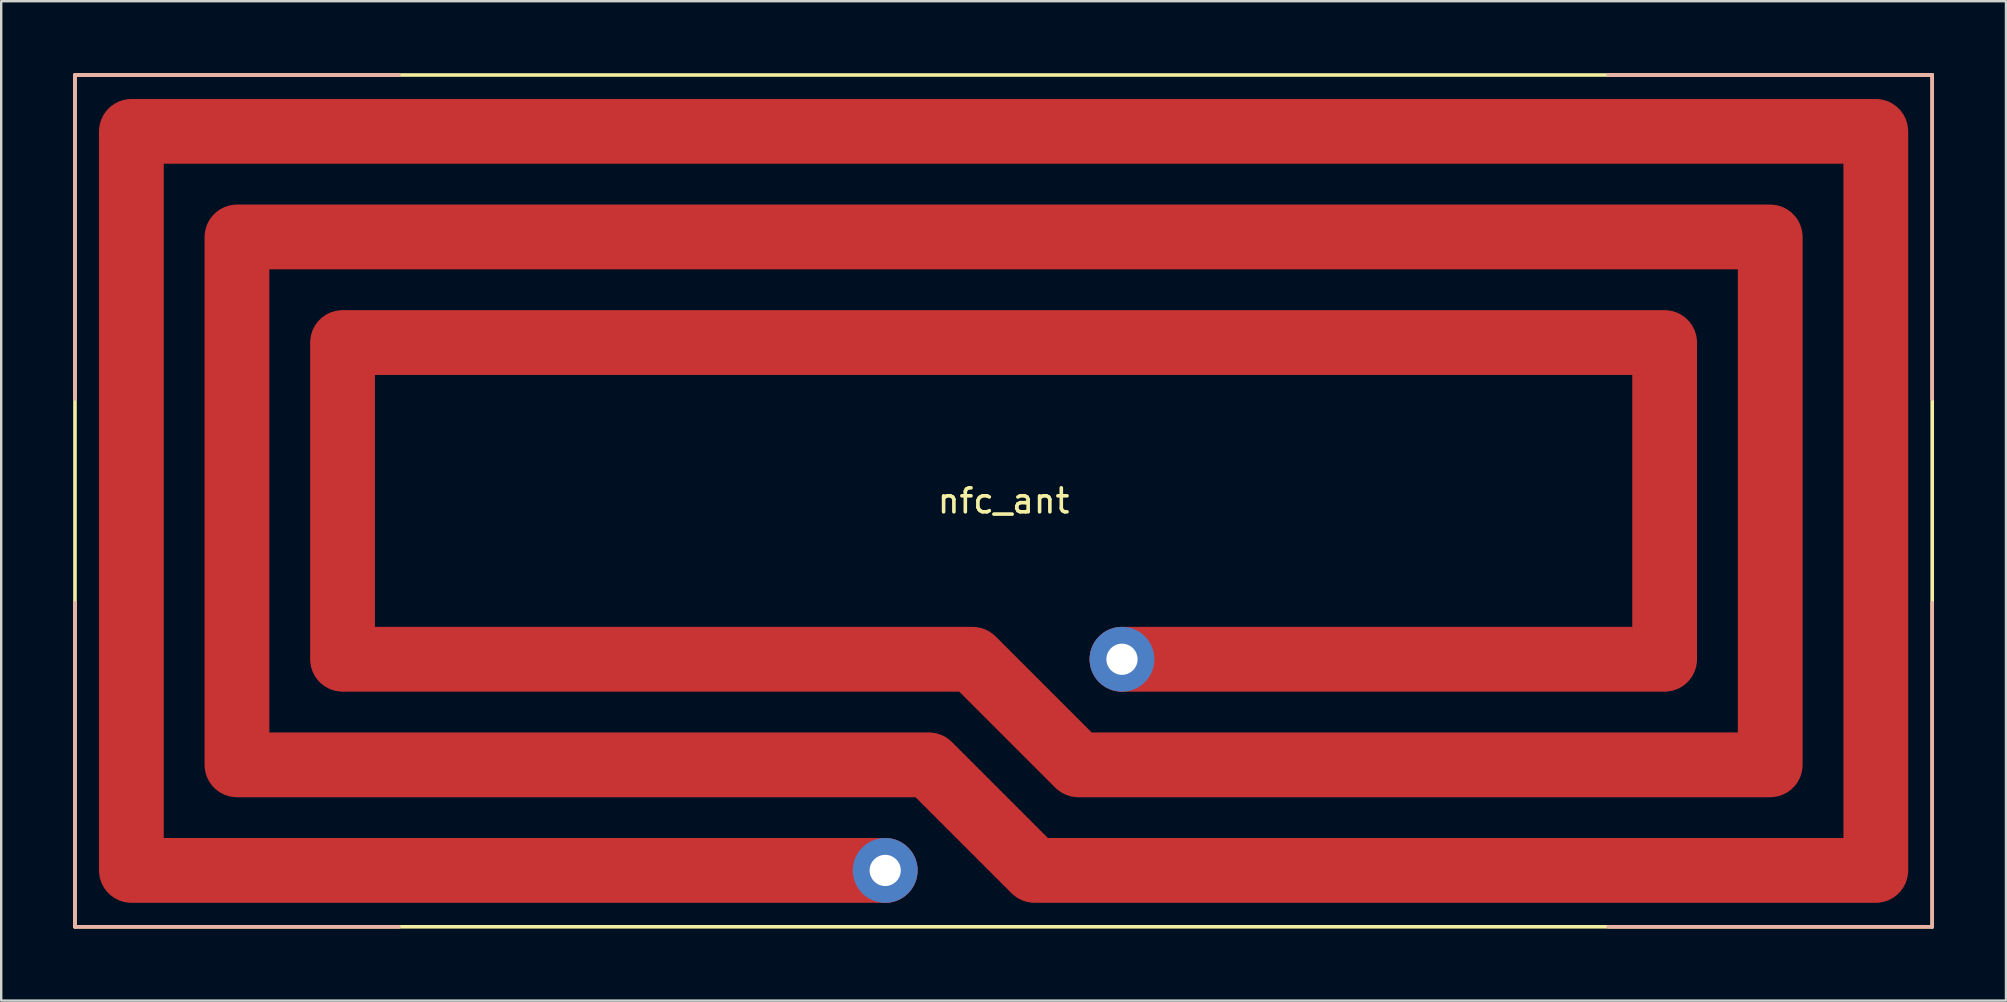
<source format=kicad_pcb>
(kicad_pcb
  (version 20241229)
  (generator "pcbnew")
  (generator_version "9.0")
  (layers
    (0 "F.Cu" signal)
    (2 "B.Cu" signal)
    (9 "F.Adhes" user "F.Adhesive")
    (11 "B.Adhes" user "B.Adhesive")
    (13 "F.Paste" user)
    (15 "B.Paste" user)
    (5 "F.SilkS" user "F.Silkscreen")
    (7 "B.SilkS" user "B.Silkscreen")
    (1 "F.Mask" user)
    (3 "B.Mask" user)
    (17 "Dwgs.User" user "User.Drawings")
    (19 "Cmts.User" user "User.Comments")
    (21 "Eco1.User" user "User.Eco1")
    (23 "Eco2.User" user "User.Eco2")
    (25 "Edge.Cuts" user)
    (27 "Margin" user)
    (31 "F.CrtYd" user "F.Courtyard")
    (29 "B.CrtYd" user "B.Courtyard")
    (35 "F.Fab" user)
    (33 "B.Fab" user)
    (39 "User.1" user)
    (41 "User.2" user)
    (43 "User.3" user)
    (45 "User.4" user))
  (footprint "nfc_ant"
    (layer "F.Cu")
    (at 1.075 1.075)
    (property "Reference" "nfc_ant" (at 37.7 16.75 0) (layer "F.SilkS") (effects (font (size 1 1) (thickness 0.15))))
    (attr through_hole)
    (fp_line (start -1 -1) (end 76.4 -1) (stroke (width 0.15) (type solid)) (layer "F.SilkS"))
    (fp_line (start -1 34.5) (end -1 -1) (stroke (width 0.15) (type solid)) (layer "F.SilkS"))
    (fp_line (start 76.4 -1) (end 76.4 34.5) (stroke (width 0.15) (type solid)) (layer "F.SilkS"))
    (fp_line (start 76.4 34.5) (end -1 34.5) (stroke (width 0.15) (type solid)) (layer "F.SilkS"))
    (fp_line (start -1 -1) (end -1 12.5) (stroke (width 0.15) (type solid)) (layer "B.SilkS"))
    (fp_line (start -1 -1) (end 12.5 -1) (stroke (width 0.15) (type solid)) (layer "B.SilkS"))
    (fp_line (start -1 34.5) (end -1 21) (stroke (width 0.15) (type solid)) (layer "B.SilkS"))
    (fp_line (start -1 34.5) (end 12.5 34.5) (stroke (width 0.15) (type solid)) (layer "B.SilkS"))
    (fp_line (start 76.4 -1) (end 62.9 -1) (stroke (width 0.15) (type solid)) (layer "B.SilkS"))
    (fp_line (start 76.4 -1) (end 76.4 12.5) (stroke (width 0.15) (type solid)) (layer "B.SilkS"))
    (fp_line (start 76.4 34.5) (end 62.9 34.5) (stroke (width 0.15) (type solid)) (layer "B.SilkS"))
    (fp_line (start 76.4 34.5) (end 76.4 21) (stroke (width 0.15) (type solid)) (layer "B.SilkS"))
    (pad "1" thru_hole circle (at 32.766 32.15) (size 2.7 2.7) (drill 1.3) (layers "*.Cu" "*.Mask"))
    (pad "2" thru_hole circle (at 42.634 23.35) (size 2.7 2.7) (drill 1.3) (layers "*.Cu" "*.Mask"))
    (pad "coil" smd custom (at 32.766 32.15) (size 2.7 2.7) (layers "F.Cu") (options (anchor circle)) (primitives (gr_line (start 0 0) (end -31.416 0) (width 2.7)) (gr_line (start -31.416 0) (end -31.416 -30.8) (width 2.7)) (gr_line (start -31.416 -30.8) (end 41.284 -30.8) (width 2.7)) (gr_line (start 41.284 -30.8) (end 41.284 0) (width 2.7)) (gr_line (start 41.284 0) (end 6.223 0) (width 2.7)) (gr_line (start 6.223 0) (end 1.823 -4.4) (width 2.7)) (gr_line (start 1.823 -4.4) (end -27.016 -4.4) (width 2.7)) (gr_line (start -27.016 -4.4) (end -27.016 -26.4) (width 2.7)) (gr_line (start -27.016 -26.4) (end 36.884 -26.4) (width 2.7)) (gr_line (start 36.884 -26.4) (end 36.884 -4.4) (width 2.7)) (gr_line (start 36.884 -4.4) (end 8.045 -4.4) (width 2.7)) (gr_line (start 8.045 -4.4) (end 3.645 -8.8) (width 2.7)) (gr_line (start 3.645 -8.8) (end -22.616 -8.8) (width 2.7)) (gr_line (start -22.616 -8.8) (end -22.616 -22) (width 2.7)) (gr_line (start -22.616 -22) (end 32.484 -22) (width 2.7)) (gr_line (start 32.484 -22) (end 32.484 -8.8) (width 2.7)) (gr_line (start 32.484 -8.8) (end 9.868 -8.8) (width 2.7)))))
  (gr_rect
    (start -3 -3)
    (end 80.55 38.65)
    (stroke (width 0.1) (type default))
    (fill no)
    (layer "Edge.Cuts")))
</source>
